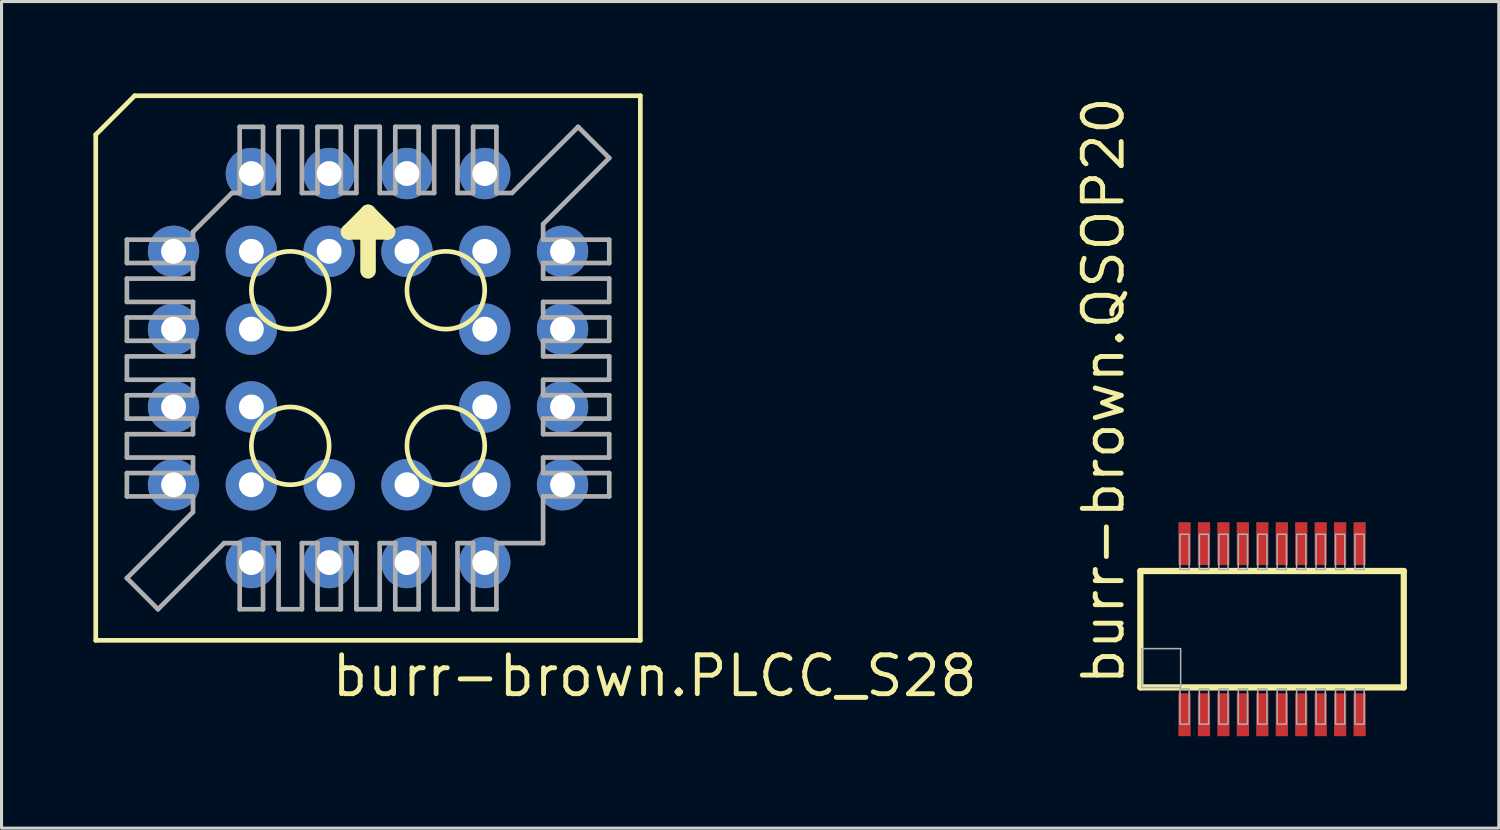
<source format=kicad_pcb>
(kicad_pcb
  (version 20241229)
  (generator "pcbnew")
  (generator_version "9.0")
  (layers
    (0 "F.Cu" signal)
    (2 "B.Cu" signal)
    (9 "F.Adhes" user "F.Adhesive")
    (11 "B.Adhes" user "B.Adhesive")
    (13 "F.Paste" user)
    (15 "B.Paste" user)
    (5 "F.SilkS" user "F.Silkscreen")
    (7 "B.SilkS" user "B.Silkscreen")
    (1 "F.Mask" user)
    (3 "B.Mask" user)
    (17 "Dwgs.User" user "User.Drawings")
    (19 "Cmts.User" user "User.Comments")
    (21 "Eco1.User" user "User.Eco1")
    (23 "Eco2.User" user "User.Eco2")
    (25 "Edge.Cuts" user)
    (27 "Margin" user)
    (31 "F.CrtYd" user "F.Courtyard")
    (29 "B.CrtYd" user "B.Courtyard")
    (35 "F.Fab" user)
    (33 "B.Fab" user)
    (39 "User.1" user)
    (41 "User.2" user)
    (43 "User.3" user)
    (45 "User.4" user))
  (footprint "burr-brown.QSOP20"
    (layer "F.Cu")
    (at 38.48 17.492)
    (property "Reference" "burr-brown.QSOP20" (at -4.763 1.905 90) (layer "F.SilkS") (effects (font (size 1.27 1.27) (thickness 0.16)) (justify left bottom)))
    (attr smd)
    (fp_line (start -4.3 -1.9) (end 4.3 -1.9) (stroke (width 0.203) (type default)) (layer "F.SilkS"))
    (fp_line (start -4.3 1.9) (end -4.3 -1.9) (stroke (width 0.203) (type default)) (layer "F.SilkS"))
    (fp_line (start 4.3 -1.9) (end 4.3 1.9) (stroke (width 0.203) (type default)) (layer "F.SilkS"))
    (fp_line (start 4.3 1.9) (end -4.3 1.9) (stroke (width 0.203) (type default)) (layer "F.SilkS"))
    (fp_rect (start -4.255 1.905) (end -2.985 0.635) (stroke (width 0.05) (type default)) (fill no) (layer "F.Fab"))
    (fp_rect (start -3.007 -1.95) (end -2.708 -3.1) (stroke (width 0.05) (type default)) (fill no) (layer "F.Fab"))
    (fp_rect (start -3.007 3.1) (end -2.708 1.95) (stroke (width 0.05) (type default)) (fill no) (layer "F.Fab"))
    (fp_rect (start -2.373 -1.95) (end -2.072 -3.1) (stroke (width 0.05) (type default)) (fill no) (layer "F.Fab"))
    (fp_rect (start -2.373 3.1) (end -2.072 1.95) (stroke (width 0.05) (type default)) (fill no) (layer "F.Fab"))
    (fp_rect (start -1.738 -1.95) (end -1.438 -3.1) (stroke (width 0.05) (type default)) (fill no) (layer "F.Fab"))
    (fp_rect (start -1.738 3.1) (end -1.438 1.95) (stroke (width 0.05) (type default)) (fill no) (layer "F.Fab"))
    (fp_rect (start -1.103 -1.95) (end -0.802 -3.1) (stroke (width 0.05) (type default)) (fill no) (layer "F.Fab"))
    (fp_rect (start -1.103 3.1) (end -0.802 1.95) (stroke (width 0.05) (type default)) (fill no) (layer "F.Fab"))
    (fp_rect (start -0.468 -1.95) (end -0.168 -3.1) (stroke (width 0.05) (type default)) (fill no) (layer "F.Fab"))
    (fp_rect (start -0.468 3.1) (end -0.168 1.95) (stroke (width 0.05) (type default)) (fill no) (layer "F.Fab"))
    (fp_rect (start 0.168 -1.95) (end 0.468 -3.1) (stroke (width 0.05) (type default)) (fill no) (layer "F.Fab"))
    (fp_rect (start 0.168 3.1) (end 0.468 1.95) (stroke (width 0.05) (type default)) (fill no) (layer "F.Fab"))
    (fp_rect (start 0.802 -1.95) (end 1.103 -3.1) (stroke (width 0.05) (type default)) (fill no) (layer "F.Fab"))
    (fp_rect (start 0.802 3.1) (end 1.103 1.95) (stroke (width 0.05) (type default)) (fill no) (layer "F.Fab"))
    (fp_rect (start 1.438 -1.95) (end 1.738 -3.1) (stroke (width 0.05) (type default)) (fill no) (layer "F.Fab"))
    (fp_rect (start 1.438 3.1) (end 1.738 1.95) (stroke (width 0.05) (type default)) (fill no) (layer "F.Fab"))
    (fp_rect (start 2.072 -1.95) (end 2.373 -3.1) (stroke (width 0.05) (type default)) (fill no) (layer "F.Fab"))
    (fp_rect (start 2.072 3.1) (end 2.373 1.95) (stroke (width 0.05) (type default)) (fill no) (layer "F.Fab"))
    (fp_rect (start 2.708 -1.95) (end 3.007 -3.1) (stroke (width 0.05) (type default)) (fill no) (layer "F.Fab"))
    (fp_rect (start 2.708 3.1) (end 3.007 1.95) (stroke (width 0.05) (type default)) (fill no) (layer "F.Fab"))
    (pad "1" smd roundrect (at -2.858 2.794) (size 0.4 1.4) (layers "F.Cu" "F.Mask" "F.Paste") (roundrect_rratio 0.01))
    (pad "2" smd roundrect (at -2.223 2.794) (size 0.4 1.4) (layers "F.Cu" "F.Mask" "F.Paste") (roundrect_rratio 0.01))
    (pad "3" smd roundrect (at -1.588 2.794) (size 0.4 1.4) (layers "F.Cu" "F.Mask" "F.Paste") (roundrect_rratio 0.01))
    (pad "4" smd roundrect (at -0.953 2.794) (size 0.4 1.4) (layers "F.Cu" "F.Mask" "F.Paste") (roundrect_rratio 0.01))
    (pad "5" smd roundrect (at -0.318 2.794) (size 0.4 1.4) (layers "F.Cu" "F.Mask" "F.Paste") (roundrect_rratio 0.01))
    (pad "6" smd roundrect (at 0.318 2.794) (size 0.4 1.4) (layers "F.Cu" "F.Mask" "F.Paste") (roundrect_rratio 0.01))
    (pad "7" smd roundrect (at 0.953 2.794) (size 0.4 1.4) (layers "F.Cu" "F.Mask" "F.Paste") (roundrect_rratio 0.01))
    (pad "8" smd roundrect (at 1.588 2.794) (size 0.4 1.4) (layers "F.Cu" "F.Mask" "F.Paste") (roundrect_rratio 0.01))
    (pad "9" smd roundrect (at 2.223 2.794) (size 0.4 1.4) (layers "F.Cu" "F.Mask" "F.Paste") (roundrect_rratio 0.01))
    (pad "10" smd roundrect (at 2.858 2.794) (size 0.4 1.4) (layers "F.Cu" "F.Mask" "F.Paste") (roundrect_rratio 0.01))
    (pad "11" smd roundrect (at 2.858 -2.794) (size 0.4 1.4) (layers "F.Cu" "F.Mask" "F.Paste") (roundrect_rratio 0.01))
    (pad "12" smd roundrect (at 2.223 -2.794) (size 0.4 1.4) (layers "F.Cu" "F.Mask" "F.Paste") (roundrect_rratio 0.01))
    (pad "13" smd roundrect (at 1.588 -2.794) (size 0.4 1.4) (layers "F.Cu" "F.Mask" "F.Paste") (roundrect_rratio 0.01))
    (pad "14" smd roundrect (at 0.953 -2.794) (size 0.4 1.4) (layers "F.Cu" "F.Mask" "F.Paste") (roundrect_rratio 0.01))
    (pad "15" smd roundrect (at 0.318 -2.794) (size 0.4 1.4) (layers "F.Cu" "F.Mask" "F.Paste") (roundrect_rratio 0.01))
    (pad "16" smd roundrect (at -0.318 -2.794) (size 0.4 1.4) (layers "F.Cu" "F.Mask" "F.Paste") (roundrect_rratio 0.01))
    (pad "17" smd roundrect (at -0.953 -2.794) (size 0.4 1.4) (layers "F.Cu" "F.Mask" "F.Paste") (roundrect_rratio 0.01))
    (pad "18" smd roundrect (at -1.588 -2.794) (size 0.4 1.4) (layers "F.Cu" "F.Mask" "F.Paste") (roundrect_rratio 0.01))
    (pad "19" smd roundrect (at -2.223 -2.794) (size 0.4 1.4) (layers "F.Cu" "F.Mask" "F.Paste") (roundrect_rratio 0.01))
    (pad "20" smd roundrect (at -2.858 -2.794) (size 0.4 1.4) (layers "F.Cu" "F.Mask" "F.Paste") (roundrect_rratio 0.01)))
  (footprint "burr-brown.PLCC_S28"
    (layer "F.Cu")
    (at 8.966 8.966)
    (property "Reference" "burr-brown.PLCC_S28" (at -1.27 10.795 0) (layer "F.SilkS") (effects (font (size 1.27 1.27) (thickness 0.16)) (justify left bottom)))
    (attr through_hole)
    (fp_line (start -8.89 -7.62) (end -8.89 8.89) (stroke (width 0.152) (type default)) (layer "F.SilkS"))
    (fp_line (start -7.62 -8.89) (end -8.89 -7.62) (stroke (width 0.152) (type default)) (layer "F.SilkS"))
    (fp_line (start -0.635 -4.445) (end 0 -5.08) (stroke (width 0.508) (type default)) (layer "F.SilkS"))
    (fp_line (start 0 -5.08) (end 0 -3.175) (stroke (width 0.508) (type default)) (layer "F.SilkS"))
    (fp_line (start 0 -5.08) (end 0.635 -4.445) (stroke (width 0.508) (type default)) (layer "F.SilkS"))
    (fp_line (start 0.635 -4.445) (end -0.635 -4.445) (stroke (width 0.508) (type default)) (layer "F.SilkS"))
    (fp_line (start 8.89 -8.89) (end -7.62 -8.89) (stroke (width 0.152) (type default)) (layer "F.SilkS"))
    (fp_line (start 8.89 8.89) (end -8.89 8.89) (stroke (width 0.152) (type default)) (layer "F.SilkS"))
    (fp_line (start 8.89 8.89) (end 8.89 -8.89) (stroke (width 0.152) (type default)) (layer "F.SilkS"))
    (fp_circle (center -2.54 -2.54) (end -1.27 -2.54) (stroke (width 0.152) (type default)) (fill no) (layer "F.SilkS"))
    (fp_circle (center -2.54 2.54) (end -1.27 2.54) (stroke (width 0.152) (type default)) (fill no) (layer "F.SilkS"))
    (fp_circle (center 2.54 -2.54) (end 3.81 -2.54) (stroke (width 0.152) (type default)) (fill no) (layer "F.SilkS"))
    (fp_circle (center 2.54 2.54) (end 3.81 2.54) (stroke (width 0.152) (type default)) (fill no) (layer "F.SilkS"))
    (fp_line (start -7.874 -3.429) (end -7.874 -4.191) (stroke (width 0.152) (type default)) (layer "F.Fab"))
    (fp_line (start -7.874 -3.429) (end -5.715 -3.429) (stroke (width 0.152) (type default)) (layer "F.Fab"))
    (fp_line (start -7.874 -2.159) (end -7.874 -2.921) (stroke (width 0.152) (type default)) (layer "F.Fab"))
    (fp_line (start -7.874 -2.159) (end -5.715 -2.159) (stroke (width 0.152) (type default)) (layer "F.Fab"))
    (fp_line (start -7.874 -0.889) (end -7.874 -1.651) (stroke (width 0.152) (type default)) (layer "F.Fab"))
    (fp_line (start -7.874 -0.889) (end -5.715 -0.889) (stroke (width 0.152) (type default)) (layer "F.Fab"))
    (fp_line (start -7.874 0.381) (end -7.874 -0.381) (stroke (width 0.152) (type default)) (layer "F.Fab"))
    (fp_line (start -7.874 0.381) (end -5.715 0.381) (stroke (width 0.152) (type default)) (layer "F.Fab"))
    (fp_line (start -7.874 1.651) (end -7.874 0.889) (stroke (width 0.152) (type default)) (layer "F.Fab"))
    (fp_line (start -7.874 1.651) (end -5.715 1.651) (stroke (width 0.152) (type default)) (layer "F.Fab"))
    (fp_line (start -7.874 2.921) (end -7.874 2.159) (stroke (width 0.152) (type default)) (layer "F.Fab"))
    (fp_line (start -7.874 2.921) (end -5.715 2.921) (stroke (width 0.152) (type default)) (layer "F.Fab"))
    (fp_line (start -7.874 4.191) (end -7.874 3.429) (stroke (width 0.152) (type default)) (layer "F.Fab"))
    (fp_line (start -7.874 4.191) (end -5.715 4.191) (stroke (width 0.152) (type default)) (layer "F.Fab"))
    (fp_line (start -7.874 6.858) (end -5.715 4.699) (stroke (width 0.152) (type default)) (layer "F.Fab"))
    (fp_line (start -6.858 7.874) (end -7.874 6.858) (stroke (width 0.152) (type default)) (layer "F.Fab"))
    (fp_line (start -6.858 7.874) (end -4.699 5.715) (stroke (width 0.152) (type default)) (layer "F.Fab"))
    (fp_line (start -5.715 -4.445) (end -4.445 -5.715) (stroke (width 0.152) (type default)) (layer "F.Fab"))
    (fp_line (start -5.715 -4.191) (end -7.874 -4.191) (stroke (width 0.152) (type default)) (layer "F.Fab"))
    (fp_line (start -5.715 -4.191) (end -5.715 -4.445) (stroke (width 0.152) (type default)) (layer "F.Fab"))
    (fp_line (start -5.715 -2.921) (end -7.874 -2.921) (stroke (width 0.152) (type default)) (layer "F.Fab"))
    (fp_line (start -5.715 -2.921) (end -5.715 -3.429) (stroke (width 0.152) (type default)) (layer "F.Fab"))
    (fp_line (start -5.715 -1.651) (end -7.874 -1.651) (stroke (width 0.152) (type default)) (layer "F.Fab"))
    (fp_line (start -5.715 -1.651) (end -5.715 -2.159) (stroke (width 0.152) (type default)) (layer "F.Fab"))
    (fp_line (start -5.715 -0.381) (end -7.874 -0.381) (stroke (width 0.152) (type default)) (layer "F.Fab"))
    (fp_line (start -5.715 -0.381) (end -5.715 -0.889) (stroke (width 0.152) (type default)) (layer "F.Fab"))
    (fp_line (start -5.715 0.889) (end -7.874 0.889) (stroke (width 0.152) (type default)) (layer "F.Fab"))
    (fp_line (start -5.715 0.889) (end -5.715 0.381) (stroke (width 0.152) (type default)) (layer "F.Fab"))
    (fp_line (start -5.715 2.159) (end -7.874 2.159) (stroke (width 0.152) (type default)) (layer "F.Fab"))
    (fp_line (start -5.715 2.159) (end -5.715 1.651) (stroke (width 0.152) (type default)) (layer "F.Fab"))
    (fp_line (start -5.715 3.429) (end -7.874 3.429) (stroke (width 0.152) (type default)) (layer "F.Fab"))
    (fp_line (start -5.715 3.429) (end -5.715 2.921) (stroke (width 0.152) (type default)) (layer "F.Fab"))
    (fp_line (start -5.715 4.699) (end -5.715 4.191) (stroke (width 0.152) (type default)) (layer "F.Fab"))
    (fp_line (start -4.699 5.715) (end -4.191 5.715) (stroke (width 0.152) (type default)) (layer "F.Fab"))
    (fp_line (start -4.191 -5.715) (end -4.445 -5.715) (stroke (width 0.152) (type default)) (layer "F.Fab"))
    (fp_line (start -4.191 -5.715) (end -4.191 -7.874) (stroke (width 0.152) (type default)) (layer "F.Fab"))
    (fp_line (start -4.191 7.874) (end -4.191 5.715) (stroke (width 0.152) (type default)) (layer "F.Fab"))
    (fp_line (start -4.191 7.874) (end -3.429 7.874) (stroke (width 0.152) (type default)) (layer "F.Fab"))
    (fp_line (start -3.429 -7.874) (end -4.191 -7.874) (stroke (width 0.152) (type default)) (layer "F.Fab"))
    (fp_line (start -3.429 -7.874) (end -3.429 -5.715) (stroke (width 0.152) (type default)) (layer "F.Fab"))
    (fp_line (start -3.429 5.715) (end -3.429 7.874) (stroke (width 0.152) (type default)) (layer "F.Fab"))
    (fp_line (start -3.429 5.715) (end -2.921 5.715) (stroke (width 0.152) (type default)) (layer "F.Fab"))
    (fp_line (start -2.921 -5.715) (end -3.429 -5.715) (stroke (width 0.152) (type default)) (layer "F.Fab"))
    (fp_line (start -2.921 -5.715) (end -2.921 -7.874) (stroke (width 0.152) (type default)) (layer "F.Fab"))
    (fp_line (start -2.921 7.874) (end -2.921 5.715) (stroke (width 0.152) (type default)) (layer "F.Fab"))
    (fp_line (start -2.921 7.874) (end -2.159 7.874) (stroke (width 0.152) (type default)) (layer "F.Fab"))
    (fp_line (start -2.159 -7.874) (end -2.921 -7.874) (stroke (width 0.152) (type default)) (layer "F.Fab"))
    (fp_line (start -2.159 -7.874) (end -2.159 -5.715) (stroke (width 0.152) (type default)) (layer "F.Fab"))
    (fp_line (start -2.159 5.715) (end -2.159 7.874) (stroke (width 0.152) (type default)) (layer "F.Fab"))
    (fp_line (start -2.159 5.715) (end -1.651 5.715) (stroke (width 0.152) (type default)) (layer "F.Fab"))
    (fp_line (start -1.651 -5.715) (end -2.159 -5.715) (stroke (width 0.152) (type default)) (layer "F.Fab"))
    (fp_line (start -1.651 -5.715) (end -1.651 -7.874) (stroke (width 0.152) (type default)) (layer "F.Fab"))
    (fp_line (start -1.651 7.874) (end -1.651 5.715) (stroke (width 0.152) (type default)) (layer "F.Fab"))
    (fp_line (start -1.651 7.874) (end -0.889 7.874) (stroke (width 0.152) (type default)) (layer "F.Fab"))
    (fp_line (start -0.889 -7.874) (end -1.651 -7.874) (stroke (width 0.152) (type default)) (layer "F.Fab"))
    (fp_line (start -0.889 -7.874) (end -0.889 -5.715) (stroke (width 0.152) (type default)) (layer "F.Fab"))
    (fp_line (start -0.889 5.715) (end -0.889 7.874) (stroke (width 0.152) (type default)) (layer "F.Fab"))
    (fp_line (start -0.889 5.715) (end -0.381 5.715) (stroke (width 0.152) (type default)) (layer "F.Fab"))
    (fp_line (start -0.381 -5.715) (end -0.889 -5.715) (stroke (width 0.152) (type default)) (layer "F.Fab"))
    (fp_line (start -0.381 -5.715) (end -0.381 -7.874) (stroke (width 0.152) (type default)) (layer "F.Fab"))
    (fp_line (start -0.381 7.874) (end -0.381 5.715) (stroke (width 0.152) (type default)) (layer "F.Fab"))
    (fp_line (start -0.381 7.874) (end 0.381 7.874) (stroke (width 0.152) (type default)) (layer "F.Fab"))
    (fp_line (start 0.381 -7.874) (end -0.381 -7.874) (stroke (width 0.152) (type default)) (layer "F.Fab"))
    (fp_line (start 0.381 -7.874) (end 0.381 -5.715) (stroke (width 0.152) (type default)) (layer "F.Fab"))
    (fp_line (start 0.381 5.715) (end 0.381 7.874) (stroke (width 0.152) (type default)) (layer "F.Fab"))
    (fp_line (start 0.381 5.715) (end 0.889 5.715) (stroke (width 0.152) (type default)) (layer "F.Fab"))
    (fp_line (start 0.889 -5.715) (end 0.381 -5.715) (stroke (width 0.152) (type default)) (layer "F.Fab"))
    (fp_line (start 0.889 -5.715) (end 0.889 -7.874) (stroke (width 0.152) (type default)) (layer "F.Fab"))
    (fp_line (start 0.889 7.874) (end 0.889 5.715) (stroke (width 0.152) (type default)) (layer "F.Fab"))
    (fp_line (start 0.889 7.874) (end 1.651 7.874) (stroke (width 0.152) (type default)) (layer "F.Fab"))
    (fp_line (start 1.651 -7.874) (end 0.889 -7.874) (stroke (width 0.152) (type default)) (layer "F.Fab"))
    (fp_line (start 1.651 -7.874) (end 1.651 -5.715) (stroke (width 0.152) (type default)) (layer "F.Fab"))
    (fp_line (start 1.651 5.715) (end 1.651 7.874) (stroke (width 0.152) (type default)) (layer "F.Fab"))
    (fp_line (start 1.651 5.715) (end 2.159 5.715) (stroke (width 0.152) (type default)) (layer "F.Fab"))
    (fp_line (start 2.159 -5.715) (end 1.651 -5.715) (stroke (width 0.152) (type default)) (layer "F.Fab"))
    (fp_line (start 2.159 -5.715) (end 2.159 -7.874) (stroke (width 0.152) (type default)) (layer "F.Fab"))
    (fp_line (start 2.159 7.874) (end 2.159 5.715) (stroke (width 0.152) (type default)) (layer "F.Fab"))
    (fp_line (start 2.159 7.874) (end 2.921 7.874) (stroke (width 0.152) (type default)) (layer "F.Fab"))
    (fp_line (start 2.921 -7.874) (end 2.159 -7.874) (stroke (width 0.152) (type default)) (layer "F.Fab"))
    (fp_line (start 2.921 -7.874) (end 2.921 -5.715) (stroke (width 0.152) (type default)) (layer "F.Fab"))
    (fp_line (start 2.921 5.715) (end 2.921 7.874) (stroke (width 0.152) (type default)) (layer "F.Fab"))
    (fp_line (start 2.921 5.715) (end 3.429 5.715) (stroke (width 0.152) (type default)) (layer "F.Fab"))
    (fp_line (start 3.429 -5.715) (end 2.921 -5.715) (stroke (width 0.152) (type default)) (layer "F.Fab"))
    (fp_line (start 3.429 -5.715) (end 3.429 -7.874) (stroke (width 0.152) (type default)) (layer "F.Fab"))
    (fp_line (start 3.429 7.874) (end 3.429 5.715) (stroke (width 0.152) (type default)) (layer "F.Fab"))
    (fp_line (start 3.429 7.874) (end 4.191 7.874) (stroke (width 0.152) (type default)) (layer "F.Fab"))
    (fp_line (start 4.191 -7.874) (end 3.429 -7.874) (stroke (width 0.152) (type default)) (layer "F.Fab"))
    (fp_line (start 4.191 -7.874) (end 4.191 -5.715) (stroke (width 0.152) (type default)) (layer "F.Fab"))
    (fp_line (start 4.191 5.715) (end 4.191 7.874) (stroke (width 0.152) (type default)) (layer "F.Fab"))
    (fp_line (start 4.191 5.715) (end 5.715 5.715) (stroke (width 0.152) (type default)) (layer "F.Fab"))
    (fp_line (start 4.699 -5.715) (end 4.191 -5.715) (stroke (width 0.152) (type default)) (layer "F.Fab"))
    (fp_line (start 5.715 -4.699) (end 5.715 -4.191) (stroke (width 0.152) (type default)) (layer "F.Fab"))
    (fp_line (start 5.715 -3.429) (end 5.715 -2.921) (stroke (width 0.152) (type default)) (layer "F.Fab"))
    (fp_line (start 5.715 -3.429) (end 7.874 -3.429) (stroke (width 0.152) (type default)) (layer "F.Fab"))
    (fp_line (start 5.715 -2.159) (end 5.715 -1.651) (stroke (width 0.152) (type default)) (layer "F.Fab"))
    (fp_line (start 5.715 -2.159) (end 7.874 -2.159) (stroke (width 0.152) (type default)) (layer "F.Fab"))
    (fp_line (start 5.715 -0.889) (end 5.715 -0.381) (stroke (width 0.152) (type default)) (layer "F.Fab"))
    (fp_line (start 5.715 -0.889) (end 7.874 -0.889) (stroke (width 0.152) (type default)) (layer "F.Fab"))
    (fp_line (start 5.715 0.381) (end 5.715 0.889) (stroke (width 0.152) (type default)) (layer "F.Fab"))
    (fp_line (start 5.715 0.381) (end 7.874 0.381) (stroke (width 0.152) (type default)) (layer "F.Fab"))
    (fp_line (start 5.715 1.651) (end 5.715 2.159) (stroke (width 0.152) (type default)) (layer "F.Fab"))
    (fp_line (start 5.715 1.651) (end 7.874 1.651) (stroke (width 0.152) (type default)) (layer "F.Fab"))
    (fp_line (start 5.715 2.921) (end 5.715 3.429) (stroke (width 0.152) (type default)) (layer "F.Fab"))
    (fp_line (start 5.715 2.921) (end 7.874 2.921) (stroke (width 0.152) (type default)) (layer "F.Fab"))
    (fp_line (start 5.715 4.191) (end 5.715 5.715) (stroke (width 0.152) (type default)) (layer "F.Fab"))
    (fp_line (start 5.715 4.191) (end 7.874 4.191) (stroke (width 0.152) (type default)) (layer "F.Fab"))
    (fp_line (start 6.858 -7.874) (end 4.699 -5.715) (stroke (width 0.152) (type default)) (layer "F.Fab"))
    (fp_line (start 7.874 -6.858) (end 5.715 -4.699) (stroke (width 0.152) (type default)) (layer "F.Fab"))
    (fp_line (start 7.874 -6.858) (end 6.858 -7.874) (stroke (width 0.152) (type default)) (layer "F.Fab"))
    (fp_line (start 7.874 -4.191) (end 5.715 -4.191) (stroke (width 0.152) (type default)) (layer "F.Fab"))
    (fp_line (start 7.874 -4.191) (end 7.874 -3.429) (stroke (width 0.152) (type default)) (layer "F.Fab"))
    (fp_line (start 7.874 -2.921) (end 5.715 -2.921) (stroke (width 0.152) (type default)) (layer "F.Fab"))
    (fp_line (start 7.874 -2.921) (end 7.874 -2.159) (stroke (width 0.152) (type default)) (layer "F.Fab"))
    (fp_line (start 7.874 -1.651) (end 5.715 -1.651) (stroke (width 0.152) (type default)) (layer "F.Fab"))
    (fp_line (start 7.874 -1.651) (end 7.874 -0.889) (stroke (width 0.152) (type default)) (layer "F.Fab"))
    (fp_line (start 7.874 -0.381) (end 5.715 -0.381) (stroke (width 0.152) (type default)) (layer "F.Fab"))
    (fp_line (start 7.874 -0.381) (end 7.874 0.381) (stroke (width 0.152) (type default)) (layer "F.Fab"))
    (fp_line (start 7.874 0.889) (end 5.715 0.889) (stroke (width 0.152) (type default)) (layer "F.Fab"))
    (fp_line (start 7.874 0.889) (end 7.874 1.651) (stroke (width 0.152) (type default)) (layer "F.Fab"))
    (fp_line (start 7.874 2.159) (end 5.715 2.159) (stroke (width 0.152) (type default)) (layer "F.Fab"))
    (fp_line (start 7.874 2.159) (end 7.874 2.921) (stroke (width 0.152) (type default)) (layer "F.Fab"))
    (fp_line (start 7.874 3.429) (end 5.715 3.429) (stroke (width 0.152) (type default)) (layer "F.Fab"))
    (fp_line (start 7.874 3.429) (end 7.874 4.191) (stroke (width 0.152) (type default)) (layer "F.Fab"))
    (pad "1" thru_hole circle (at 1.27 -3.81) (size 1.676 1.676) (drill 0.813) (layers "*.Cu" "*.Mask"))
    (pad "2" thru_hole circle (at -1.27 -6.35) (size 1.676 1.676) (drill 0.813) (layers "*.Cu" "*.Mask"))
    (pad "3" thru_hole circle (at -1.27 -3.81) (size 1.676 1.676) (drill 0.813) (layers "*.Cu" "*.Mask"))
    (pad "4" thru_hole circle (at -3.81 -6.35) (size 1.676 1.676) (drill 0.813) (layers "*.Cu" "*.Mask"))
    (pad "5" thru_hole circle (at -6.35 -3.81) (size 1.676 1.676) (drill 0.813) (layers "*.Cu" "*.Mask"))
    (pad "6" thru_hole circle (at -3.81 -3.81) (size 1.676 1.676) (drill 0.813) (layers "*.Cu" "*.Mask"))
    (pad "7" thru_hole circle (at -6.35 -1.27) (size 1.676 1.676) (drill 0.813) (layers "*.Cu" "*.Mask"))
    (pad "8" thru_hole circle (at -3.81 -1.27) (size 1.676 1.676) (drill 0.813) (layers "*.Cu" "*.Mask"))
    (pad "9" thru_hole circle (at -6.35 1.27) (size 1.676 1.676) (drill 0.813) (layers "*.Cu" "*.Mask"))
    (pad "10" thru_hole circle (at -3.81 1.27) (size 1.676 1.676) (drill 0.813) (layers "*.Cu" "*.Mask"))
    (pad "11" thru_hole circle (at -6.35 3.81) (size 1.676 1.676) (drill 0.813) (layers "*.Cu" "*.Mask"))
    (pad "12" thru_hole circle (at -3.81 6.35) (size 1.676 1.676) (drill 0.813) (layers "*.Cu" "*.Mask"))
    (pad "13" thru_hole circle (at -3.81 3.81) (size 1.676 1.676) (drill 0.813) (layers "*.Cu" "*.Mask"))
    (pad "14" thru_hole circle (at -1.27 6.35) (size 1.676 1.676) (drill 0.813) (layers "*.Cu" "*.Mask"))
    (pad "15" thru_hole circle (at -1.27 3.81) (size 1.676 1.676) (drill 0.813) (layers "*.Cu" "*.Mask"))
    (pad "16" thru_hole circle (at 1.27 6.35) (size 1.676 1.676) (drill 0.813) (layers "*.Cu" "*.Mask"))
    (pad "17" thru_hole circle (at 1.27 3.81) (size 1.676 1.676) (drill 0.813) (layers "*.Cu" "*.Mask"))
    (pad "18" thru_hole circle (at 3.81 6.35) (size 1.676 1.676) (drill 0.813) (layers "*.Cu" "*.Mask"))
    (pad "19" thru_hole circle (at 6.35 3.81) (size 1.676 1.676) (drill 0.813) (layers "*.Cu" "*.Mask"))
    (pad "20" thru_hole circle (at 3.81 3.81) (size 1.676 1.676) (drill 0.813) (layers "*.Cu" "*.Mask"))
    (pad "21" thru_hole circle (at 6.35 1.27) (size 1.676 1.676) (drill 0.813) (layers "*.Cu" "*.Mask"))
    (pad "22" thru_hole circle (at 3.81 1.27) (size 1.676 1.676) (drill 0.813) (layers "*.Cu" "*.Mask"))
    (pad "23" thru_hole circle (at 6.35 -1.27) (size 1.676 1.676) (drill 0.813) (layers "*.Cu" "*.Mask"))
    (pad "24" thru_hole circle (at 3.81 -1.27) (size 1.676 1.676) (drill 0.813) (layers "*.Cu" "*.Mask"))
    (pad "25" thru_hole circle (at 6.35 -3.81) (size 1.676 1.676) (drill 0.813) (layers "*.Cu" "*.Mask"))
    (pad "26" thru_hole circle (at 3.81 -6.35) (size 1.676 1.676) (drill 0.813) (layers "*.Cu" "*.Mask"))
    (pad "27" thru_hole circle (at 3.81 -3.81) (size 1.676 1.676) (drill 0.813) (layers "*.Cu" "*.Mask"))
    (pad "28" thru_hole circle (at 1.27 -6.35) (size 1.676 1.676) (drill 0.813) (layers "*.Cu" "*.Mask")))
  (gr_rect
    (start -3 -3)
    (end 45.882 23.986)
    (stroke (width 0.1) (type default))
    (fill no)
    (layer "Edge.Cuts")))
</source>
